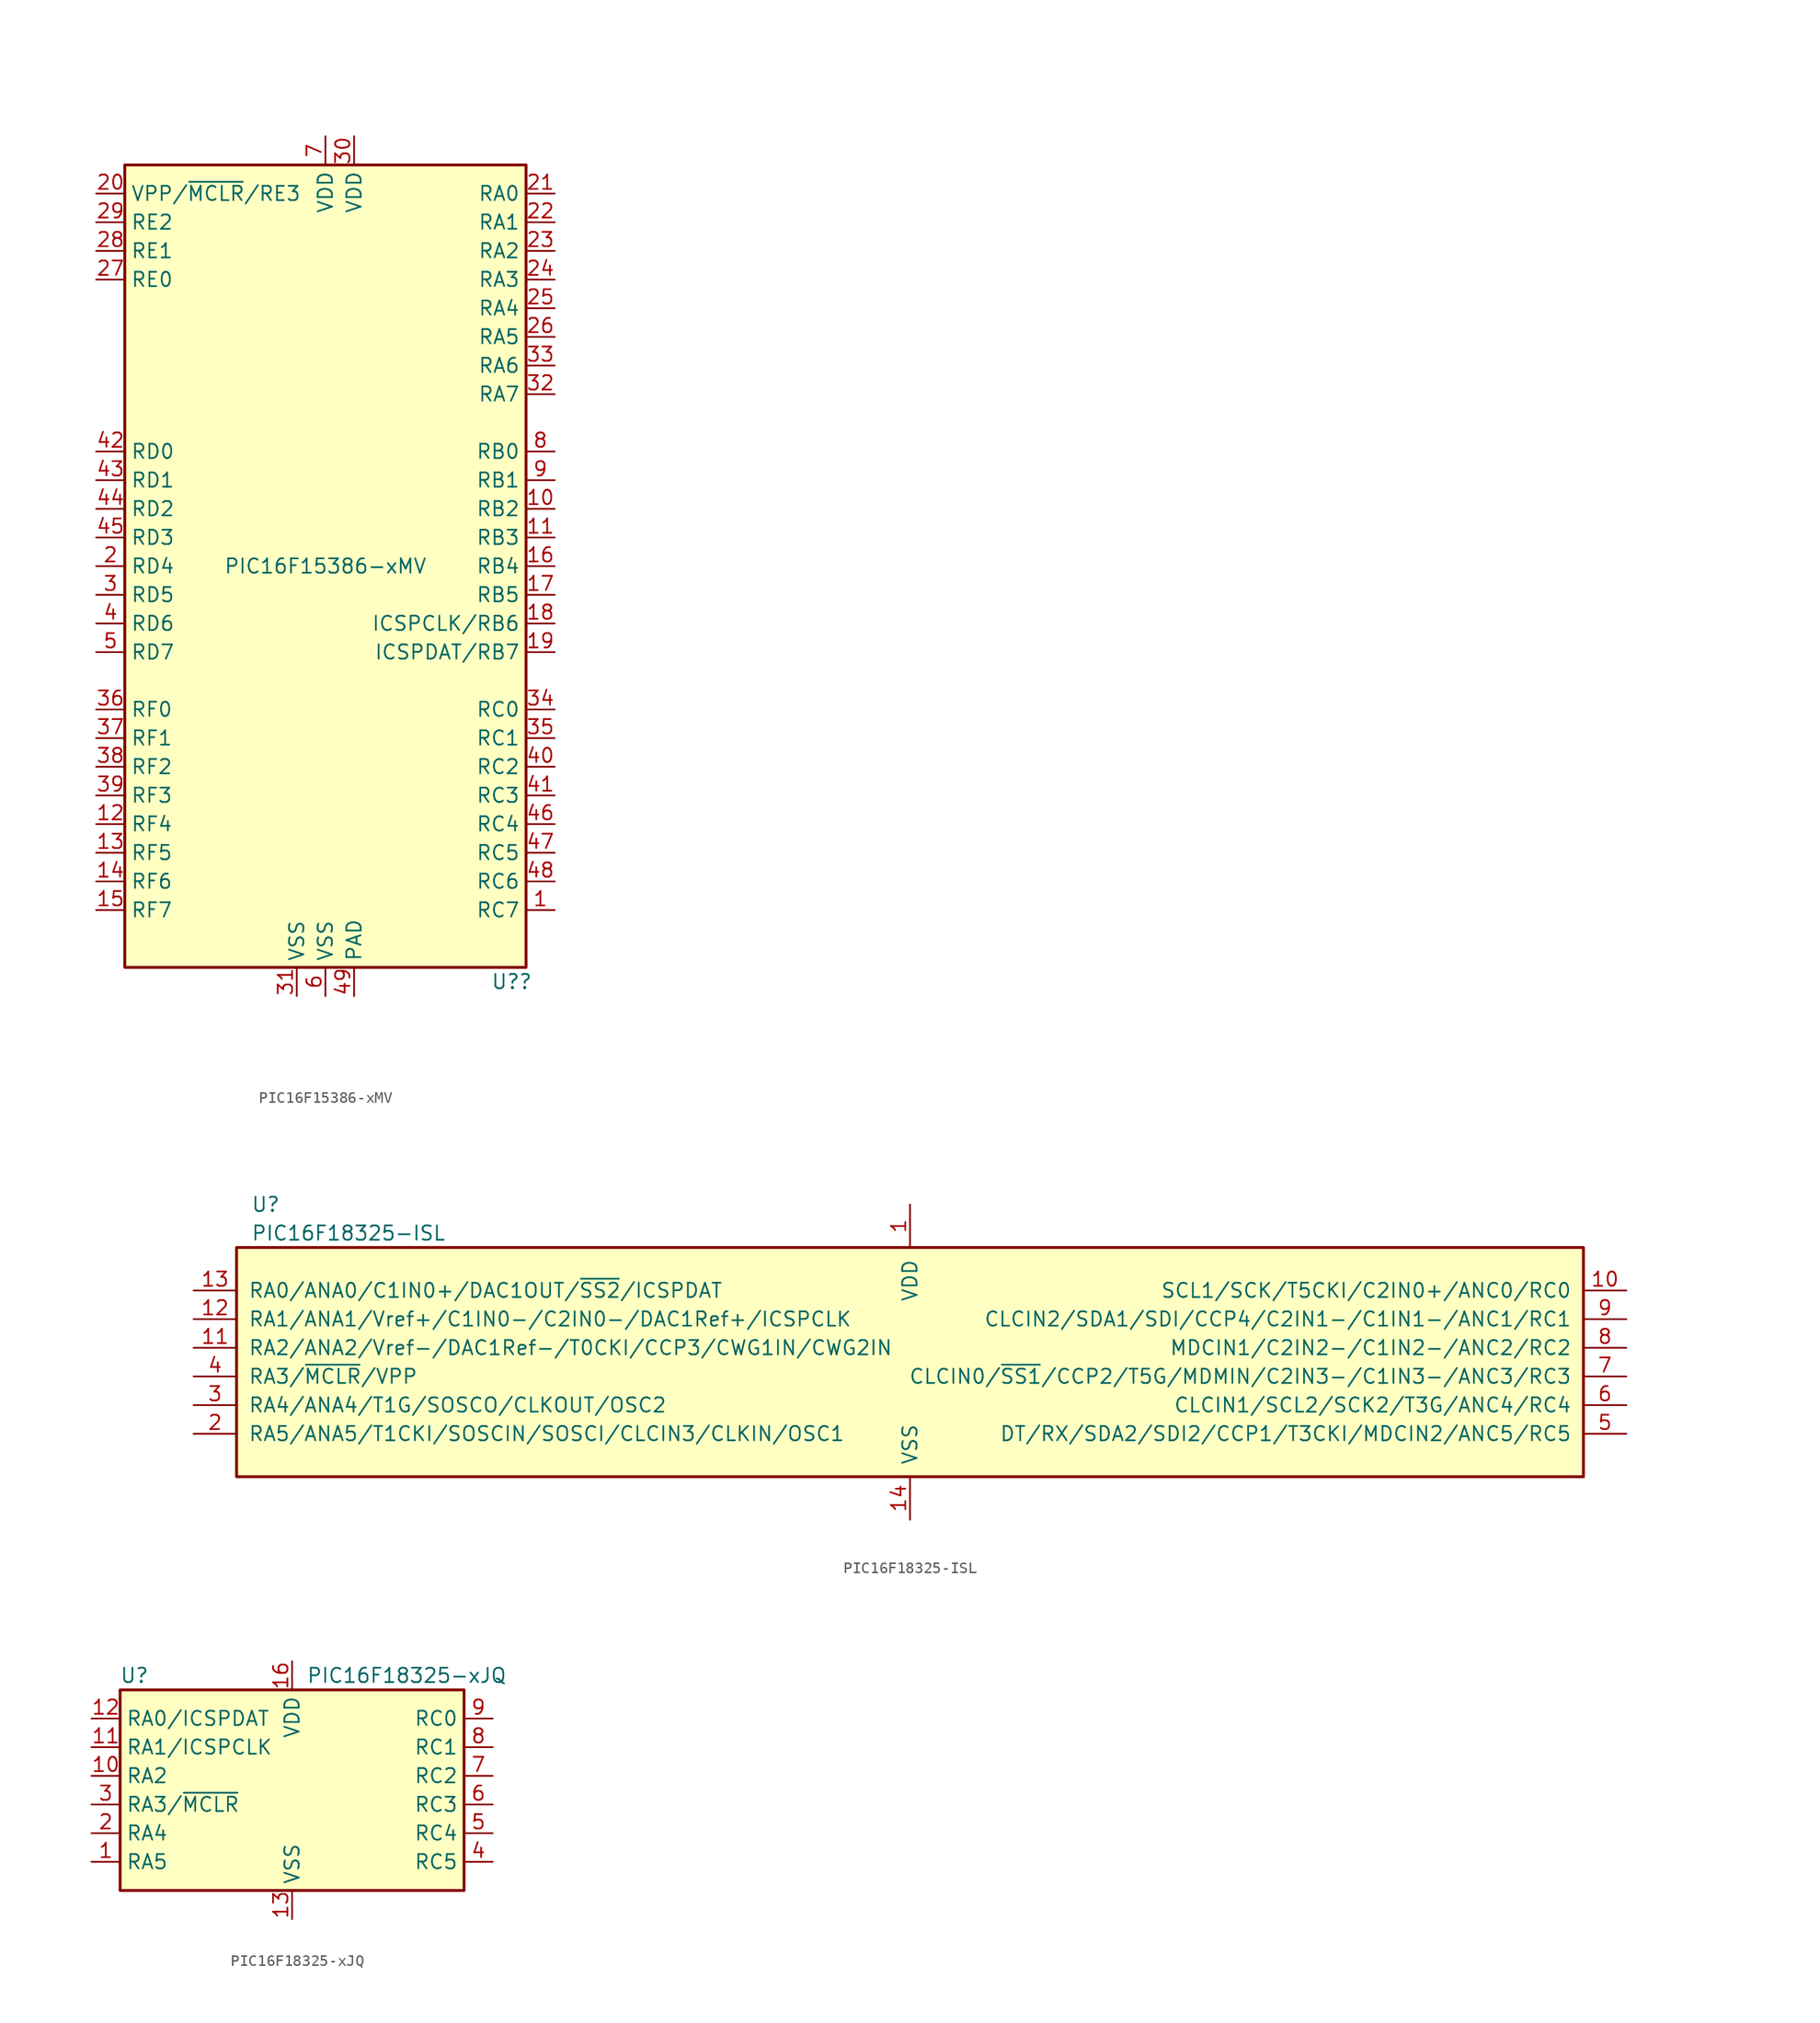
<source format=kicad_sym>
(kicad_symbol_lib
  (version 20220914)
  (generator kicad_symbol_editor)
  (symbol "PIC16F15386-xMV"
    (property "Reference" "U?"
      (at 16.51 -36.83 0)
      (effects (font (size 1.27 1.27))))
    (property "Value" "PIC16F15386-xMV"
      (at 0 0 0)
      (effects (font (size 1.27 1.27))))
    (symbol "PIC16F15386-xMV_0_0"
      (pin bidirectional line (at -20.32 -2.54 0) (length 2.54) (name "RD5" (effects (font (size 1.27 1.27)))) (number "3" (effects (font (size 1.27 1.27)))))
      (pin bidirectional line (at -20.32 -5.08 0) (length 2.54) (name "RD6" (effects (font (size 1.27 1.27)))) (number "4" (effects (font (size 1.27 1.27)))))
      (pin power_in line (at 2.54 -38.1 90) (length 2.54) (name "PAD" (effects (font (size 1.27 1.27)))) (number "49" (effects (font (size 1.27 1.27))))))
    (symbol "PIC16F15386-xMV_0_1"
      (rectangle (start -17.78 35.56) (end 17.78 -35.56) (stroke (width 0.254) (type default)) (fill (type background))))
    (symbol "PIC16F15386-xMV_1_1"
      (pin bidirectional line (at 20.32 -30.48 180) (length 2.54) (name "RC7" (effects (font (size 1.27 1.27)))) (number "1" (effects (font (size 1.27 1.27)))))
      (pin bidirectional line (at 20.32 5.08 180) (length 2.54) (name "RB2" (effects (font (size 1.27 1.27)))) (number "10" (effects (font (size 1.27 1.27)))))
      (pin bidirectional line (at 20.32 2.54 180) (length 2.54) (name "RB3" (effects (font (size 1.27 1.27)))) (number "11" (effects (font (size 1.27 1.27)))))
      (pin bidirectional line (at -20.32 -22.86 0) (length 2.54) (name "RF4" (effects (font (size 1.27 1.27)))) (number "12" (effects (font (size 1.27 1.27)))))
      (pin bidirectional line (at -20.32 -25.4 0) (length 2.54) (name "RF5" (effects (font (size 1.27 1.27)))) (number "13" (effects (font (size 1.27 1.27)))))
      (pin bidirectional line (at -20.32 -27.94 0) (length 2.54) (name "RF6" (effects (font (size 1.27 1.27)))) (number "14" (effects (font (size 1.27 1.27)))))
      (pin bidirectional line (at -20.32 -30.48 0) (length 2.54) (name "RF7" (effects (font (size 1.27 1.27)))) (number "15" (effects (font (size 1.27 1.27)))))
      (pin bidirectional line (at 20.32 0 180) (length 2.54) (name "RB4" (effects (font (size 1.27 1.27)))) (number "16" (effects (font (size 1.27 1.27)))))
      (pin bidirectional line (at 20.32 -2.54 180) (length 2.54) (name "RB5" (effects (font (size 1.27 1.27)))) (number "17" (effects (font (size 1.27 1.27)))))
      (pin bidirectional line (at 20.32 -5.08 180) (length 2.54) (name "ICSPCLK/RB6" (effects (font (size 1.27 1.27)))) (number "18" (effects (font (size 1.27 1.27)))))
      (pin bidirectional line (at 20.32 -7.62 180) (length 2.54) (name "ICSPDAT/RB7" (effects (font (size 1.27 1.27)))) (number "19" (effects (font (size 1.27 1.27)))))
      (pin bidirectional line (at -20.32 0 0) (length 2.54) (name "RD4" (effects (font (size 1.27 1.27)))) (number "2" (effects (font (size 1.27 1.27)))))
      (pin bidirectional line (at -20.32 33.02 0) (length 2.54) (name "VPP/~{MCLR}/RE3" (effects (font (size 1.27 1.27)))) (number "20" (effects (font (size 1.27 1.27)))))
      (pin bidirectional line (at 20.32 33.02 180) (length 2.54) (name "RA0" (effects (font (size 1.27 1.27)))) (number "21" (effects (font (size 1.27 1.27)))))
      (pin bidirectional line (at 20.32 30.48 180) (length 2.54) (name "RA1" (effects (font (size 1.27 1.27)))) (number "22" (effects (font (size 1.27 1.27)))))
      (pin bidirectional line (at 20.32 27.94 180) (length 2.54) (name "RA2" (effects (font (size 1.27 1.27)))) (number "23" (effects (font (size 1.27 1.27)))))
      (pin bidirectional line (at 20.32 25.4 180) (length 2.54) (name "RA3" (effects (font (size 1.27 1.27)))) (number "24" (effects (font (size 1.27 1.27)))))
      (pin bidirectional line (at 20.32 22.86 180) (length 2.54) (name "RA4" (effects (font (size 1.27 1.27)))) (number "25" (effects (font (size 1.27 1.27)))))
      (pin bidirectional line (at 20.32 20.32 180) (length 2.54) (name "RA5" (effects (font (size 1.27 1.27)))) (number "26" (effects (font (size 1.27 1.27)))))
      (pin bidirectional line (at -20.32 25.4 0) (length 2.54) (name "RE0" (effects (font (size 1.27 1.27)))) (number "27" (effects (font (size 1.27 1.27)))))
      (pin bidirectional line (at -20.32 27.94 0) (length 2.54) (name "RE1" (effects (font (size 1.27 1.27)))) (number "28" (effects (font (size 1.27 1.27)))))
      (pin bidirectional line (at -20.32 30.48 0) (length 2.54) (name "RE2" (effects (font (size 1.27 1.27)))) (number "29" (effects (font (size 1.27 1.27)))))
      (pin power_in line (at 2.54 38.1 270) (length 2.54) (name "VDD" (effects (font (size 1.27 1.27)))) (number "30" (effects (font (size 1.27 1.27)))))
      (pin power_in line (at -2.54 -38.1 90) (length 2.54) (name "VSS" (effects (font (size 1.27 1.27)))) (number "31" (effects (font (size 1.27 1.27)))))
      (pin bidirectional line (at 20.32 15.24 180) (length 2.54) (name "RA7" (effects (font (size 1.27 1.27)))) (number "32" (effects (font (size 1.27 1.27)))))
      (pin bidirectional line (at 20.32 17.78 180) (length 2.54) (name "RA6" (effects (font (size 1.27 1.27)))) (number "33" (effects (font (size 1.27 1.27)))))
      (pin bidirectional line (at 20.32 -12.7 180) (length 2.54) (name "RC0" (effects (font (size 1.27 1.27)))) (number "34" (effects (font (size 1.27 1.27)))))
      (pin bidirectional line (at 20.32 -15.24 180) (length 2.54) (name "RC1" (effects (font (size 1.27 1.27)))) (number "35" (effects (font (size 1.27 1.27)))))
      (pin bidirectional line (at -20.32 -12.7 0) (length 2.54) (name "RF0" (effects (font (size 1.27 1.27)))) (number "36" (effects (font (size 1.27 1.27)))))
      (pin bidirectional line (at -20.32 -15.24 0) (length 2.54) (name "RF1" (effects (font (size 1.27 1.27)))) (number "37" (effects (font (size 1.27 1.27)))))
      (pin bidirectional line (at -20.32 -17.78 0) (length 2.54) (name "RF2" (effects (font (size 1.27 1.27)))) (number "38" (effects (font (size 1.27 1.27)))))
      (pin bidirectional line (at -20.32 -20.32 0) (length 2.54) (name "RF3" (effects (font (size 1.27 1.27)))) (number "39" (effects (font (size 1.27 1.27)))))
      (pin bidirectional line (at 20.32 -17.78 180) (length 2.54) (name "RC2" (effects (font (size 1.27 1.27)))) (number "40" (effects (font (size 1.27 1.27)))))
      (pin bidirectional line (at 20.32 -20.32 180) (length 2.54) (name "RC3" (effects (font (size 1.27 1.27)))) (number "41" (effects (font (size 1.27 1.27)))))
      (pin bidirectional line (at -20.32 10.16 0) (length 2.54) (name "RD0" (effects (font (size 1.27 1.27)))) (number "42" (effects (font (size 1.27 1.27)))))
      (pin bidirectional line (at -20.32 7.62 0) (length 2.54) (name "RD1" (effects (font (size 1.27 1.27)))) (number "43" (effects (font (size 1.27 1.27)))))
      (pin bidirectional line (at -20.32 5.08 0) (length 2.54) (name "RD2" (effects (font (size 1.27 1.27)))) (number "44" (effects (font (size 1.27 1.27)))))
      (pin bidirectional line (at -20.32 2.54 0) (length 2.54) (name "RD3" (effects (font (size 1.27 1.27)))) (number "45" (effects (font (size 1.27 1.27)))))
      (pin bidirectional line (at 20.32 -22.86 180) (length 2.54) (name "RC4" (effects (font (size 1.27 1.27)))) (number "46" (effects (font (size 1.27 1.27)))))
      (pin bidirectional line (at 20.32 -25.4 180) (length 2.54) (name "RC5" (effects (font (size 1.27 1.27)))) (number "47" (effects (font (size 1.27 1.27)))))
      (pin bidirectional line (at 20.32 -27.94 180) (length 2.54) (name "RC6" (effects (font (size 1.27 1.27)))) (number "48" (effects (font (size 1.27 1.27)))))
      (pin bidirectional line (at -20.32 -7.62 0) (length 2.54) (name "RD7" (effects (font (size 1.27 1.27)))) (number "5" (effects (font (size 1.27 1.27)))))
      (pin power_in line (at 0 -38.1 90) (length 2.54) (name "VSS" (effects (font (size 1.27 1.27)))) (number "6" (effects (font (size 1.27 1.27)))))
      (pin power_in line (at 0 38.1 270) (length 2.54) (name "VDD" (effects (font (size 1.27 1.27)))) (number "7" (effects (font (size 1.27 1.27)))))
      (pin bidirectional line (at 20.32 10.16 180) (length 2.54) (name "RB0" (effects (font (size 1.27 1.27)))) (number "8" (effects (font (size 1.27 1.27)))))
      (pin bidirectional line (at 20.32 7.62 180) (length 2.54) (name "RB1" (effects (font (size 1.27 1.27)))) (number "9" (effects (font (size 1.27 1.27)))))))
  (symbol "PIC16F18325-ISL"
    (pin_names
      (offset 1.016))
    (property "Reference" "U"
      (at -58.42 15.24 0)
      (effects (font (size 1.27 1.27)) (justify left)))
    (property "Value" "PIC16F18325-ISL"
      (at -58.42 12.7 0)
      (effects (font (size 1.27 1.27)) (justify left)))
    (symbol "PIC16F18325-ISL_1_1"
      (rectangle (start -59.69 11.43) (end 59.69 -8.89) (stroke (width 0.254) (type default)) (fill (type background)))
      (pin power_in line (at 0 15.24 270) (length 3.81) (name "VDD" (effects (font (size 1.27 1.27)))) (number "1" (effects (font (size 1.27 1.27)))))
      (pin bidirectional line (at 63.5 7.62 180) (length 3.81) (name "SCL1/SCK/T5CKI/C2IN0+/ANC0/RC0" (effects (font (size 1.27 1.27)))) (number "10" (effects (font (size 1.27 1.27)))))
      (pin bidirectional line (at -63.5 2.54 0) (length 3.81) (name "RA2/ANA2/Vref-/DAC1Ref-/T0CKI/CCP3/CWG1IN/CWG2IN" (effects (font (size 1.27 1.27)))) (number "11" (effects (font (size 1.27 1.27)))))
      (pin bidirectional line (at -63.5 5.08 0) (length 3.81) (name "RA1/ANA1/Vref+/C1IN0-/C2IN0-/DAC1Ref+/ICSPCLK" (effects (font (size 1.27 1.27)))) (number "12" (effects (font (size 1.27 1.27)))))
      (pin bidirectional line (at -63.5 7.62 0) (length 3.81) (name "RA0/ANA0/C1IN0+/DAC1OUT/~{SS2}/ICSPDAT" (effects (font (size 1.27 1.27)))) (number "13" (effects (font (size 1.27 1.27)))))
      (pin power_in line (at 0 -12.7 90) (length 3.81) (name "VSS" (effects (font (size 1.27 1.27)))) (number "14" (effects (font (size 1.27 1.27)))))
      (pin bidirectional line (at -63.5 -5.08 0) (length 3.81) (name "RA5/ANA5/T1CKI/SOSCIN/SOSCI/CLCIN3/CLKIN/OSC1" (effects (font (size 1.27 1.27)))) (number "2" (effects (font (size 1.27 1.27)))))
      (pin bidirectional line (at -63.5 -2.54 0) (length 3.81) (name "RA4/ANA4/T1G/SOSCO/CLKOUT/OSC2" (effects (font (size 1.27 1.27)))) (number "3" (effects (font (size 1.27 1.27)))))
      (pin bidirectional line (at -63.5 0 0) (length 3.81) (name "RA3/~{MCLR}/VPP" (effects (font (size 1.27 1.27)))) (number "4" (effects (font (size 1.27 1.27)))))
      (pin bidirectional line (at 63.5 -5.08 180) (length 3.81) (name "DT/RX/SDA2/SDI2/CCP1/T3CKI/MDCIN2/ANC5/RC5" (effects (font (size 1.27 1.27)))) (number "5" (effects (font (size 1.27 1.27)))))
      (pin bidirectional line (at 63.5 -2.54 180) (length 3.81) (name "CLCIN1/SCL2/SCK2/T3G/ANC4/RC4" (effects (font (size 1.27 1.27)))) (number "6" (effects (font (size 1.27 1.27)))))
      (pin bidirectional line (at 63.5 0 180) (length 3.81) (name "CLCIN0/~{SS1}/CCP2/T5G/MDMIN/C2IN3-/C1IN3-/ANC3/RC3" (effects (font (size 1.27 1.27)))) (number "7" (effects (font (size 1.27 1.27)))))
      (pin bidirectional line (at 63.5 2.54 180) (length 3.81) (name "MDCIN1/C2IN2-/C1IN2-/ANC2/RC2" (effects (font (size 1.27 1.27)))) (number "8" (effects (font (size 1.27 1.27)))))
      (pin bidirectional line (at 63.5 5.08 180) (length 3.81) (name "CLCIN2/SDA1/SDI/CCP4/C2IN1-/C1IN1-/ANC1/RC1" (effects (font (size 1.27 1.27)))) (number "9" (effects (font (size 1.27 1.27)))))))
  (symbol "PIC16F18325-xJQ"
    (property "Reference" "U"
      (at -13.97 11.43 0)
      (effects (font (size 1.27 1.27))))
    (property "Value" "PIC16F18325-xJQ"
      (at 10.16 11.43 0)
      (effects (font (size 1.27 1.27))))
    (symbol "PIC16F18325-xJQ_0_1"
      (rectangle (start -15.24 10.16) (end 15.24 -7.62) (stroke (width 0.254) (type default)) (fill (type background))))
    (symbol "PIC16F18325-xJQ_1_1"
      (pin bidirectional line (at -17.78 -5.08 0) (length 2.54) (name "RA5" (effects (font (size 1.27 1.27)))) (number "1" (effects (font (size 1.27 1.27)))))
      (pin bidirectional line (at -17.78 2.54 0) (length 2.54) (name "RA2" (effects (font (size 1.27 1.27)))) (number "10" (effects (font (size 1.27 1.27)))))
      (pin bidirectional line (at -17.78 5.08 0) (length 2.54) (name "RA1/ICSPCLK" (effects (font (size 1.27 1.27)))) (number "11" (effects (font (size 1.27 1.27)))))
      (pin bidirectional line (at -17.78 7.62 0) (length 2.54) (name "RA0/ICSPDAT" (effects (font (size 1.27 1.27)))) (number "12" (effects (font (size 1.27 1.27)))))
      (pin power_in line (at 0 -10.16 90) (length 2.54) (name "VSS" (effects (font (size 1.27 1.27)))) (number "13" (effects (font (size 1.27 1.27)))))
      (pin no_connect line (at 5.08 -7.62 90) (length 2.54) hide (name "NC" (effects (font (size 1.27 1.27)))) (number "14" (effects (font (size 1.27 1.27)))))
      (pin no_connect line (at 7.62 -7.62 90) (length 2.54) hide (name "NC" (effects (font (size 1.27 1.27)))) (number "15" (effects (font (size 1.27 1.27)))))
      (pin power_in line (at 0 12.7 270) (length 2.54) (name "VDD" (effects (font (size 1.27 1.27)))) (number "16" (effects (font (size 1.27 1.27)))))
      (pin bidirectional line (at -17.78 -2.54 0) (length 2.54) (name "RA4" (effects (font (size 1.27 1.27)))) (number "2" (effects (font (size 1.27 1.27)))))
      (pin bidirectional line (at -17.78 0 0) (length 2.54) (name "RA3/~{MCLR}" (effects (font (size 1.27 1.27)))) (number "3" (effects (font (size 1.27 1.27)))))
      (pin bidirectional line (at 17.78 -5.08 180) (length 2.54) (name "RC5" (effects (font (size 1.27 1.27)))) (number "4" (effects (font (size 1.27 1.27)))))
      (pin bidirectional line (at 17.78 -2.54 180) (length 2.54) (name "RC4" (effects (font (size 1.27 1.27)))) (number "5" (effects (font (size 1.27 1.27)))))
      (pin bidirectional line (at 17.78 0 180) (length 2.54) (name "RC3" (effects (font (size 1.27 1.27)))) (number "6" (effects (font (size 1.27 1.27)))))
      (pin bidirectional line (at 17.78 2.54 180) (length 2.54) (name "RC2" (effects (font (size 1.27 1.27)))) (number "7" (effects (font (size 1.27 1.27)))))
      (pin bidirectional line (at 17.78 5.08 180) (length 2.54) (name "RC1" (effects (font (size 1.27 1.27)))) (number "8" (effects (font (size 1.27 1.27)))))
      (pin bidirectional line (at 17.78 7.62 180) (length 2.54) (name "RC0" (effects (font (size 1.27 1.27)))) (number "9" (effects (font (size 1.27 1.27))))))))
</source>
